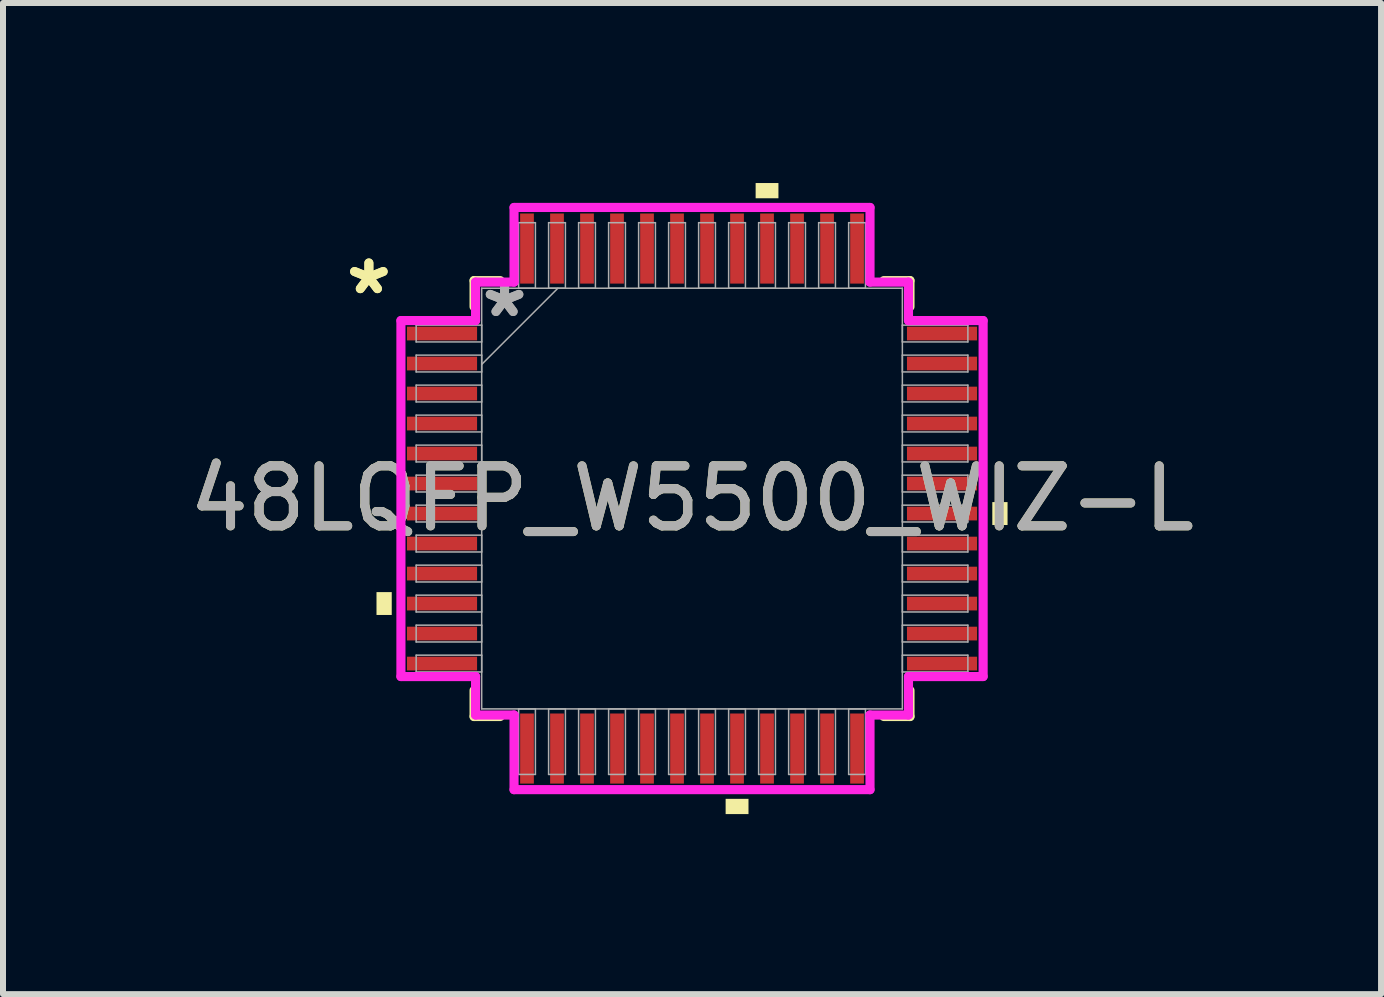
<source format=kicad_pcb>
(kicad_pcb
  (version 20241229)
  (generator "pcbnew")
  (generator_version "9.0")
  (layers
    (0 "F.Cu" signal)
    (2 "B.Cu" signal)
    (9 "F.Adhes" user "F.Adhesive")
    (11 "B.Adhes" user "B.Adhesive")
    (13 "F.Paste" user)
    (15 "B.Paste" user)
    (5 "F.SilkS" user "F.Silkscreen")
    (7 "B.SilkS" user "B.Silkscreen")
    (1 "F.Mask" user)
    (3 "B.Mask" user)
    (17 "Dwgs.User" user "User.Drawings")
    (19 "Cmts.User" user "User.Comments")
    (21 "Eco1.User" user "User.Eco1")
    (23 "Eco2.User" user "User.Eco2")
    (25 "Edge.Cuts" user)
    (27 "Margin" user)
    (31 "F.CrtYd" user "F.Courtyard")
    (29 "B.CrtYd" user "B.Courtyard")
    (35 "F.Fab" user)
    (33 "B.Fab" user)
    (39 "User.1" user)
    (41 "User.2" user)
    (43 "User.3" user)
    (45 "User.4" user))
  (footprint "48LQFP_W5500_WIZ-L"
    (layer "F.Cu")
    (at 8.482 5.258)
    (property "Reference" "48LQFP_W5500_WIZ-L" (at 0 0 0) (unlocked yes) (layer "F.SilkS") (effects (font (size 1 1) (thickness 0.15))))
    (attr smd)
    (fp_line (start -3.632 -3.632) (end -3.632 -3.197) (stroke (width 0.152) (type solid)) (layer "F.SilkS"))
    (fp_line (start -3.632 3.197) (end -3.632 3.632) (stroke (width 0.152) (type solid)) (layer "F.SilkS"))
    (fp_line (start -3.632 3.632) (end -3.197 3.632) (stroke (width 0.152) (type solid)) (layer "F.SilkS"))
    (fp_line (start -3.197 -3.632) (end -3.632 -3.632) (stroke (width 0.152) (type solid)) (layer "F.SilkS"))
    (fp_line (start 3.197 3.632) (end 3.632 3.632) (stroke (width 0.152) (type solid)) (layer "F.SilkS"))
    (fp_line (start 3.632 -3.632) (end 3.197 -3.632) (stroke (width 0.152) (type solid)) (layer "F.SilkS"))
    (fp_line (start 3.632 -3.197) (end 3.632 -3.632) (stroke (width 0.152) (type solid)) (layer "F.SilkS"))
    (fp_line (start 3.632 3.632) (end 3.632 3.197) (stroke (width 0.152) (type solid)) (layer "F.SilkS"))
    (fp_poly (pts (xy -5.258 1.559) (xy -5.258 1.94) (xy -5.004 1.94) (xy -5.004 1.559)) (stroke (width 0) (type solid)) (fill yes) (layer "F.SilkS"))
    (fp_poly (pts (xy 0.56 5.004) (xy 0.56 5.258) (xy 0.941 5.258) (xy 0.941 5.004)) (stroke (width 0) (type solid)) (fill yes) (layer "F.SilkS"))
    (fp_poly (pts (xy 1.06 -5.004) (xy 1.06 -5.258) (xy 1.44 -5.258) (xy 1.44 -5.004)) (stroke (width 0) (type solid)) (fill yes) (layer "F.SilkS"))
    (fp_poly (pts (xy 5.258 0.059) (xy 5.258 0.441) (xy 5.004 0.441) (xy 5.004 0.059)) (stroke (width 0) (type solid)) (fill yes) (layer "F.SilkS"))
    (fp_line (start -4.851 -2.966) (end -3.607 -2.966) (stroke (width 0.152) (type solid)) (layer "F.CrtYd"))
    (fp_line (start -4.851 2.966) (end -4.851 -2.966) (stroke (width 0.152) (type solid)) (layer "F.CrtYd"))
    (fp_line (start -3.607 -3.607) (end -2.966 -3.607) (stroke (width 0.152) (type solid)) (layer "F.CrtYd"))
    (fp_line (start -3.607 -2.966) (end -3.607 -3.607) (stroke (width 0.152) (type solid)) (layer "F.CrtYd"))
    (fp_line (start -3.607 2.966) (end -4.851 2.966) (stroke (width 0.152) (type solid)) (layer "F.CrtYd"))
    (fp_line (start -3.607 3.607) (end -3.607 2.966) (stroke (width 0.152) (type solid)) (layer "F.CrtYd"))
    (fp_line (start -3.607 3.607) (end -2.966 3.607) (stroke (width 0.152) (type solid)) (layer "F.CrtYd"))
    (fp_line (start -2.966 -4.851) (end 2.966 -4.851) (stroke (width 0.152) (type solid)) (layer "F.CrtYd"))
    (fp_line (start -2.966 -3.607) (end -2.966 -4.851) (stroke (width 0.152) (type solid)) (layer "F.CrtYd"))
    (fp_line (start -2.966 3.607) (end -2.966 4.851) (stroke (width 0.152) (type solid)) (layer "F.CrtYd"))
    (fp_line (start -2.966 4.851) (end 2.966 4.851) (stroke (width 0.152) (type solid)) (layer "F.CrtYd"))
    (fp_line (start 2.966 -4.851) (end 2.966 -3.607) (stroke (width 0.152) (type solid)) (layer "F.CrtYd"))
    (fp_line (start 2.966 -3.607) (end 3.607 -3.607) (stroke (width 0.152) (type solid)) (layer "F.CrtYd"))
    (fp_line (start 2.966 3.607) (end 3.607 3.607) (stroke (width 0.152) (type solid)) (layer "F.CrtYd"))
    (fp_line (start 2.966 4.851) (end 2.966 3.607) (stroke (width 0.152) (type solid)) (layer "F.CrtYd"))
    (fp_line (start 3.607 -2.966) (end 3.607 -3.607) (stroke (width 0.152) (type solid)) (layer "F.CrtYd"))
    (fp_line (start 3.607 2.966) (end 4.851 2.966) (stroke (width 0.152) (type solid)) (layer "F.CrtYd"))
    (fp_line (start 3.607 3.607) (end 3.607 2.966) (stroke (width 0.152) (type solid)) (layer "F.CrtYd"))
    (fp_line (start 4.851 -2.966) (end 3.607 -2.966) (stroke (width 0.152) (type solid)) (layer "F.CrtYd"))
    (fp_line (start 4.851 2.966) (end 4.851 -2.966) (stroke (width 0.152) (type solid)) (layer "F.CrtYd"))
    (fp_line (start -4.597 -2.89) (end -4.597 -2.61) (stroke (width 0.025) (type solid)) (layer "F.Fab"))
    (fp_line (start -4.597 -2.61) (end -3.505 -2.61) (stroke (width 0.025) (type solid)) (layer "F.Fab"))
    (fp_line (start -4.597 -2.39) (end -4.597 -2.11) (stroke (width 0.025) (type solid)) (layer "F.Fab"))
    (fp_line (start -4.597 -2.11) (end -3.505 -2.11) (stroke (width 0.025) (type solid)) (layer "F.Fab"))
    (fp_line (start -4.597 -1.89) (end -4.597 -1.61) (stroke (width 0.025) (type solid)) (layer "F.Fab"))
    (fp_line (start -4.597 -1.61) (end -3.505 -1.61) (stroke (width 0.025) (type solid)) (layer "F.Fab"))
    (fp_line (start -4.597 -1.39) (end -4.597 -1.11) (stroke (width 0.025) (type solid)) (layer "F.Fab"))
    (fp_line (start -4.597 -1.11) (end -3.505 -1.11) (stroke (width 0.025) (type solid)) (layer "F.Fab"))
    (fp_line (start -4.597 -0.89) (end -4.597 -0.61) (stroke (width 0.025) (type solid)) (layer "F.Fab"))
    (fp_line (start -4.597 -0.61) (end -3.505 -0.61) (stroke (width 0.025) (type solid)) (layer "F.Fab"))
    (fp_line (start -4.597 -0.39) (end -4.597 -0.11) (stroke (width 0.025) (type solid)) (layer "F.Fab"))
    (fp_line (start -4.597 -0.11) (end -3.505 -0.11) (stroke (width 0.025) (type solid)) (layer "F.Fab"))
    (fp_line (start -4.597 0.11) (end -4.597 0.39) (stroke (width 0.025) (type solid)) (layer "F.Fab"))
    (fp_line (start -4.597 0.39) (end -3.505 0.39) (stroke (width 0.025) (type solid)) (layer "F.Fab"))
    (fp_line (start -4.597 0.61) (end -4.597 0.89) (stroke (width 0.025) (type solid)) (layer "F.Fab"))
    (fp_line (start -4.597 0.89) (end -3.505 0.89) (stroke (width 0.025) (type solid)) (layer "F.Fab"))
    (fp_line (start -4.597 1.11) (end -4.597 1.39) (stroke (width 0.025) (type solid)) (layer "F.Fab"))
    (fp_line (start -4.597 1.39) (end -3.505 1.39) (stroke (width 0.025) (type solid)) (layer "F.Fab"))
    (fp_line (start -4.597 1.61) (end -4.597 1.89) (stroke (width 0.025) (type solid)) (layer "F.Fab"))
    (fp_line (start -4.597 1.89) (end -3.505 1.89) (stroke (width 0.025) (type solid)) (layer "F.Fab"))
    (fp_line (start -4.597 2.11) (end -4.597 2.39) (stroke (width 0.025) (type solid)) (layer "F.Fab"))
    (fp_line (start -4.597 2.39) (end -3.505 2.39) (stroke (width 0.025) (type solid)) (layer "F.Fab"))
    (fp_line (start -4.597 2.61) (end -4.597 2.89) (stroke (width 0.025) (type solid)) (layer "F.Fab"))
    (fp_line (start -4.597 2.89) (end -3.505 2.89) (stroke (width 0.025) (type solid)) (layer "F.Fab"))
    (fp_line (start -3.505 -3.505) (end -3.505 3.505) (stroke (width 0.025) (type solid)) (layer "F.Fab"))
    (fp_line (start -3.505 -2.89) (end -4.597 -2.89) (stroke (width 0.025) (type solid)) (layer "F.Fab"))
    (fp_line (start -3.505 -2.61) (end -3.505 -2.89) (stroke (width 0.025) (type solid)) (layer "F.Fab"))
    (fp_line (start -3.505 -2.39) (end -4.597 -2.39) (stroke (width 0.025) (type solid)) (layer "F.Fab"))
    (fp_line (start -3.505 -2.235) (end -2.235 -3.505) (stroke (width 0.025) (type solid)) (layer "F.Fab"))
    (fp_line (start -3.505 -2.11) (end -3.505 -2.39) (stroke (width 0.025) (type solid)) (layer "F.Fab"))
    (fp_line (start -3.505 -1.89) (end -4.597 -1.89) (stroke (width 0.025) (type solid)) (layer "F.Fab"))
    (fp_line (start -3.505 -1.61) (end -3.505 -1.89) (stroke (width 0.025) (type solid)) (layer "F.Fab"))
    (fp_line (start -3.505 -1.39) (end -4.597 -1.39) (stroke (width 0.025) (type solid)) (layer "F.Fab"))
    (fp_line (start -3.505 -1.11) (end -3.505 -1.39) (stroke (width 0.025) (type solid)) (layer "F.Fab"))
    (fp_line (start -3.505 -0.89) (end -4.597 -0.89) (stroke (width 0.025) (type solid)) (layer "F.Fab"))
    (fp_line (start -3.505 -0.61) (end -3.505 -0.89) (stroke (width 0.025) (type solid)) (layer "F.Fab"))
    (fp_line (start -3.505 -0.39) (end -4.597 -0.39) (stroke (width 0.025) (type solid)) (layer "F.Fab"))
    (fp_line (start -3.505 -0.11) (end -3.505 -0.39) (stroke (width 0.025) (type solid)) (layer "F.Fab"))
    (fp_line (start -3.505 0.11) (end -4.597 0.11) (stroke (width 0.025) (type solid)) (layer "F.Fab"))
    (fp_line (start -3.505 0.39) (end -3.505 0.11) (stroke (width 0.025) (type solid)) (layer "F.Fab"))
    (fp_line (start -3.505 0.61) (end -4.597 0.61) (stroke (width 0.025) (type solid)) (layer "F.Fab"))
    (fp_line (start -3.505 0.89) (end -3.505 0.61) (stroke (width 0.025) (type solid)) (layer "F.Fab"))
    (fp_line (start -3.505 1.11) (end -4.597 1.11) (stroke (width 0.025) (type solid)) (layer "F.Fab"))
    (fp_line (start -3.505 1.39) (end -3.505 1.11) (stroke (width 0.025) (type solid)) (layer "F.Fab"))
    (fp_line (start -3.505 1.61) (end -4.597 1.61) (stroke (width 0.025) (type solid)) (layer "F.Fab"))
    (fp_line (start -3.505 1.89) (end -3.505 1.61) (stroke (width 0.025) (type solid)) (layer "F.Fab"))
    (fp_line (start -3.505 2.11) (end -4.597 2.11) (stroke (width 0.025) (type solid)) (layer "F.Fab"))
    (fp_line (start -3.505 2.39) (end -3.505 2.11) (stroke (width 0.025) (type solid)) (layer "F.Fab"))
    (fp_line (start -3.505 2.61) (end -4.597 2.61) (stroke (width 0.025) (type solid)) (layer "F.Fab"))
    (fp_line (start -3.505 2.89) (end -3.505 2.61) (stroke (width 0.025) (type solid)) (layer "F.Fab"))
    (fp_line (start -3.505 3.505) (end 3.505 3.505) (stroke (width 0.025) (type solid)) (layer "F.Fab"))
    (fp_line (start -2.89 -4.597) (end -2.89 -3.505) (stroke (width 0.025) (type solid)) (layer "F.Fab"))
    (fp_line (start -2.89 -3.505) (end -2.61 -3.505) (stroke (width 0.025) (type solid)) (layer "F.Fab"))
    (fp_line (start -2.89 3.505) (end -2.89 4.597) (stroke (width 0.025) (type solid)) (layer "F.Fab"))
    (fp_line (start -2.89 4.597) (end -2.61 4.597) (stroke (width 0.025) (type solid)) (layer "F.Fab"))
    (fp_line (start -2.61 -4.597) (end -2.89 -4.597) (stroke (width 0.025) (type solid)) (layer "F.Fab"))
    (fp_line (start -2.61 -3.505) (end -2.61 -4.597) (stroke (width 0.025) (type solid)) (layer "F.Fab"))
    (fp_line (start -2.61 3.505) (end -2.89 3.505) (stroke (width 0.025) (type solid)) (layer "F.Fab"))
    (fp_line (start -2.61 4.597) (end -2.61 3.505) (stroke (width 0.025) (type solid)) (layer "F.Fab"))
    (fp_line (start -2.39 -4.597) (end -2.39 -3.505) (stroke (width 0.025) (type solid)) (layer "F.Fab"))
    (fp_line (start -2.39 -3.505) (end -2.11 -3.505) (stroke (width 0.025) (type solid)) (layer "F.Fab"))
    (fp_line (start -2.39 3.505) (end -2.39 4.597) (stroke (width 0.025) (type solid)) (layer "F.Fab"))
    (fp_line (start -2.39 4.597) (end -2.11 4.597) (stroke (width 0.025) (type solid)) (layer "F.Fab"))
    (fp_line (start -2.11 -4.597) (end -2.39 -4.597) (stroke (width 0.025) (type solid)) (layer "F.Fab"))
    (fp_line (start -2.11 -3.505) (end -2.11 -4.597) (stroke (width 0.025) (type solid)) (layer "F.Fab"))
    (fp_line (start -2.11 3.505) (end -2.39 3.505) (stroke (width 0.025) (type solid)) (layer "F.Fab"))
    (fp_line (start -2.11 4.597) (end -2.11 3.505) (stroke (width 0.025) (type solid)) (layer "F.Fab"))
    (fp_line (start -1.89 -4.597) (end -1.89 -3.505) (stroke (width 0.025) (type solid)) (layer "F.Fab"))
    (fp_line (start -1.89 -3.505) (end -1.61 -3.505) (stroke (width 0.025) (type solid)) (layer "F.Fab"))
    (fp_line (start -1.89 3.505) (end -1.89 4.597) (stroke (width 0.025) (type solid)) (layer "F.Fab"))
    (fp_line (start -1.89 4.597) (end -1.61 4.597) (stroke (width 0.025) (type solid)) (layer "F.Fab"))
    (fp_line (start -1.61 -4.597) (end -1.89 -4.597) (stroke (width 0.025) (type solid)) (layer "F.Fab"))
    (fp_line (start -1.61 -3.505) (end -1.61 -4.597) (stroke (width 0.025) (type solid)) (layer "F.Fab"))
    (fp_line (start -1.61 3.505) (end -1.89 3.505) (stroke (width 0.025) (type solid)) (layer "F.Fab"))
    (fp_line (start -1.61 4.597) (end -1.61 3.505) (stroke (width 0.025) (type solid)) (layer "F.Fab"))
    (fp_line (start -1.39 -4.597) (end -1.39 -3.505) (stroke (width 0.025) (type solid)) (layer "F.Fab"))
    (fp_line (start -1.39 -3.505) (end -1.11 -3.505) (stroke (width 0.025) (type solid)) (layer "F.Fab"))
    (fp_line (start -1.39 3.505) (end -1.39 4.597) (stroke (width 0.025) (type solid)) (layer "F.Fab"))
    (fp_line (start -1.39 4.597) (end -1.11 4.597) (stroke (width 0.025) (type solid)) (layer "F.Fab"))
    (fp_line (start -1.11 -4.597) (end -1.39 -4.597) (stroke (width 0.025) (type solid)) (layer "F.Fab"))
    (fp_line (start -1.11 -3.505) (end -1.11 -4.597) (stroke (width 0.025) (type solid)) (layer "F.Fab"))
    (fp_line (start -1.11 3.505) (end -1.39 3.505) (stroke (width 0.025) (type solid)) (layer "F.Fab"))
    (fp_line (start -1.11 4.597) (end -1.11 3.505) (stroke (width 0.025) (type solid)) (layer "F.Fab"))
    (fp_line (start -0.89 -4.597) (end -0.89 -3.505) (stroke (width 0.025) (type solid)) (layer "F.Fab"))
    (fp_line (start -0.89 -3.505) (end -0.61 -3.505) (stroke (width 0.025) (type solid)) (layer "F.Fab"))
    (fp_line (start -0.89 3.505) (end -0.89 4.597) (stroke (width 0.025) (type solid)) (layer "F.Fab"))
    (fp_line (start -0.89 4.597) (end -0.61 4.597) (stroke (width 0.025) (type solid)) (layer "F.Fab"))
    (fp_line (start -0.61 -4.597) (end -0.89 -4.597) (stroke (width 0.025) (type solid)) (layer "F.Fab"))
    (fp_line (start -0.61 -3.505) (end -0.61 -4.597) (stroke (width 0.025) (type solid)) (layer "F.Fab"))
    (fp_line (start -0.61 3.505) (end -0.89 3.505) (stroke (width 0.025) (type solid)) (layer "F.Fab"))
    (fp_line (start -0.61 4.597) (end -0.61 3.505) (stroke (width 0.025) (type solid)) (layer "F.Fab"))
    (fp_line (start -0.39 -4.597) (end -0.39 -3.505) (stroke (width 0.025) (type solid)) (layer "F.Fab"))
    (fp_line (start -0.39 -3.505) (end -0.11 -3.505) (stroke (width 0.025) (type solid)) (layer "F.Fab"))
    (fp_line (start -0.39 3.505) (end -0.39 4.597) (stroke (width 0.025) (type solid)) (layer "F.Fab"))
    (fp_line (start -0.39 4.597) (end -0.11 4.597) (stroke (width 0.025) (type solid)) (layer "F.Fab"))
    (fp_line (start -0.11 -4.597) (end -0.39 -4.597) (stroke (width 0.025) (type solid)) (layer "F.Fab"))
    (fp_line (start -0.11 -3.505) (end -0.11 -4.597) (stroke (width 0.025) (type solid)) (layer "F.Fab"))
    (fp_line (start -0.11 3.505) (end -0.39 3.505) (stroke (width 0.025) (type solid)) (layer "F.Fab"))
    (fp_line (start -0.11 4.597) (end -0.11 3.505) (stroke (width 0.025) (type solid)) (layer "F.Fab"))
    (fp_line (start 0.11 -4.597) (end 0.11 -3.505) (stroke (width 0.025) (type solid)) (layer "F.Fab"))
    (fp_line (start 0.11 -3.505) (end 0.39 -3.505) (stroke (width 0.025) (type solid)) (layer "F.Fab"))
    (fp_line (start 0.11 3.505) (end 0.11 4.597) (stroke (width 0.025) (type solid)) (layer "F.Fab"))
    (fp_line (start 0.11 4.597) (end 0.39 4.597) (stroke (width 0.025) (type solid)) (layer "F.Fab"))
    (fp_line (start 0.39 -4.597) (end 0.11 -4.597) (stroke (width 0.025) (type solid)) (layer "F.Fab"))
    (fp_line (start 0.39 -3.505) (end 0.39 -4.597) (stroke (width 0.025) (type solid)) (layer "F.Fab"))
    (fp_line (start 0.39 3.505) (end 0.11 3.505) (stroke (width 0.025) (type solid)) (layer "F.Fab"))
    (fp_line (start 0.39 4.597) (end 0.39 3.505) (stroke (width 0.025) (type solid)) (layer "F.Fab"))
    (fp_line (start 0.61 -4.597) (end 0.61 -3.505) (stroke (width 0.025) (type solid)) (layer "F.Fab"))
    (fp_line (start 0.61 -3.505) (end 0.89 -3.505) (stroke (width 0.025) (type solid)) (layer "F.Fab"))
    (fp_line (start 0.61 3.505) (end 0.61 4.597) (stroke (width 0.025) (type solid)) (layer "F.Fab"))
    (fp_line (start 0.61 4.597) (end 0.89 4.597) (stroke (width 0.025) (type solid)) (layer "F.Fab"))
    (fp_line (start 0.89 -4.597) (end 0.61 -4.597) (stroke (width 0.025) (type solid)) (layer "F.Fab"))
    (fp_line (start 0.89 -3.505) (end 0.89 -4.597) (stroke (width 0.025) (type solid)) (layer "F.Fab"))
    (fp_line (start 0.89 3.505) (end 0.61 3.505) (stroke (width 0.025) (type solid)) (layer "F.Fab"))
    (fp_line (start 0.89 4.597) (end 0.89 3.505) (stroke (width 0.025) (type solid)) (layer "F.Fab"))
    (fp_line (start 1.11 -4.597) (end 1.11 -3.505) (stroke (width 0.025) (type solid)) (layer "F.Fab"))
    (fp_line (start 1.11 -3.505) (end 1.39 -3.505) (stroke (width 0.025) (type solid)) (layer "F.Fab"))
    (fp_line (start 1.11 3.505) (end 1.11 4.597) (stroke (width 0.025) (type solid)) (layer "F.Fab"))
    (fp_line (start 1.11 4.597) (end 1.39 4.597) (stroke (width 0.025) (type solid)) (layer "F.Fab"))
    (fp_line (start 1.39 -4.597) (end 1.11 -4.597) (stroke (width 0.025) (type solid)) (layer "F.Fab"))
    (fp_line (start 1.39 -3.505) (end 1.39 -4.597) (stroke (width 0.025) (type solid)) (layer "F.Fab"))
    (fp_line (start 1.39 3.505) (end 1.11 3.505) (stroke (width 0.025) (type solid)) (layer "F.Fab"))
    (fp_line (start 1.39 4.597) (end 1.39 3.505) (stroke (width 0.025) (type solid)) (layer "F.Fab"))
    (fp_line (start 1.61 -4.597) (end 1.61 -3.505) (stroke (width 0.025) (type solid)) (layer "F.Fab"))
    (fp_line (start 1.61 -3.505) (end 1.89 -3.505) (stroke (width 0.025) (type solid)) (layer "F.Fab"))
    (fp_line (start 1.61 3.505) (end 1.61 4.597) (stroke (width 0.025) (type solid)) (layer "F.Fab"))
    (fp_line (start 1.61 4.597) (end 1.89 4.597) (stroke (width 0.025) (type solid)) (layer "F.Fab"))
    (fp_line (start 1.89 -4.597) (end 1.61 -4.597) (stroke (width 0.025) (type solid)) (layer "F.Fab"))
    (fp_line (start 1.89 -3.505) (end 1.89 -4.597) (stroke (width 0.025) (type solid)) (layer "F.Fab"))
    (fp_line (start 1.89 3.505) (end 1.61 3.505) (stroke (width 0.025) (type solid)) (layer "F.Fab"))
    (fp_line (start 1.89 4.597) (end 1.89 3.505) (stroke (width 0.025) (type solid)) (layer "F.Fab"))
    (fp_line (start 2.11 -4.597) (end 2.11 -3.505) (stroke (width 0.025) (type solid)) (layer "F.Fab"))
    (fp_line (start 2.11 -3.505) (end 2.39 -3.505) (stroke (width 0.025) (type solid)) (layer "F.Fab"))
    (fp_line (start 2.11 3.505) (end 2.11 4.597) (stroke (width 0.025) (type solid)) (layer "F.Fab"))
    (fp_line (start 2.11 4.597) (end 2.39 4.597) (stroke (width 0.025) (type solid)) (layer "F.Fab"))
    (fp_line (start 2.39 -4.597) (end 2.11 -4.597) (stroke (width 0.025) (type solid)) (layer "F.Fab"))
    (fp_line (start 2.39 -3.505) (end 2.39 -4.597) (stroke (width 0.025) (type solid)) (layer "F.Fab"))
    (fp_line (start 2.39 3.505) (end 2.11 3.505) (stroke (width 0.025) (type solid)) (layer "F.Fab"))
    (fp_line (start 2.39 4.597) (end 2.39 3.505) (stroke (width 0.025) (type solid)) (layer "F.Fab"))
    (fp_line (start 2.61 -4.597) (end 2.61 -3.505) (stroke (width 0.025) (type solid)) (layer "F.Fab"))
    (fp_line (start 2.61 -3.505) (end 2.89 -3.505) (stroke (width 0.025) (type solid)) (layer "F.Fab"))
    (fp_line (start 2.61 3.505) (end 2.61 4.597) (stroke (width 0.025) (type solid)) (layer "F.Fab"))
    (fp_line (start 2.61 4.597) (end 2.89 4.597) (stroke (width 0.025) (type solid)) (layer "F.Fab"))
    (fp_line (start 2.89 -4.597) (end 2.61 -4.597) (stroke (width 0.025) (type solid)) (layer "F.Fab"))
    (fp_line (start 2.89 -3.505) (end 2.89 -4.597) (stroke (width 0.025) (type solid)) (layer "F.Fab"))
    (fp_line (start 2.89 3.505) (end 2.61 3.505) (stroke (width 0.025) (type solid)) (layer "F.Fab"))
    (fp_line (start 2.89 4.597) (end 2.89 3.505) (stroke (width 0.025) (type solid)) (layer "F.Fab"))
    (fp_line (start 3.505 -3.505) (end -3.505 -3.505) (stroke (width 0.025) (type solid)) (layer "F.Fab"))
    (fp_line (start 3.505 -2.89) (end 3.505 -2.61) (stroke (width 0.025) (type solid)) (layer "F.Fab"))
    (fp_line (start 3.505 -2.61) (end 4.597 -2.61) (stroke (width 0.025) (type solid)) (layer "F.Fab"))
    (fp_line (start 3.505 -2.39) (end 3.505 -2.11) (stroke (width 0.025) (type solid)) (layer "F.Fab"))
    (fp_line (start 3.505 -2.11) (end 4.597 -2.11) (stroke (width 0.025) (type solid)) (layer "F.Fab"))
    (fp_line (start 3.505 -1.89) (end 3.505 -1.61) (stroke (width 0.025) (type solid)) (layer "F.Fab"))
    (fp_line (start 3.505 -1.61) (end 4.597 -1.61) (stroke (width 0.025) (type solid)) (layer "F.Fab"))
    (fp_line (start 3.505 -1.39) (end 3.505 -1.11) (stroke (width 0.025) (type solid)) (layer "F.Fab"))
    (fp_line (start 3.505 -1.11) (end 4.597 -1.11) (stroke (width 0.025) (type solid)) (layer "F.Fab"))
    (fp_line (start 3.505 -0.89) (end 3.505 -0.61) (stroke (width 0.025) (type solid)) (layer "F.Fab"))
    (fp_line (start 3.505 -0.61) (end 4.597 -0.61) (stroke (width 0.025) (type solid)) (layer "F.Fab"))
    (fp_line (start 3.505 -0.39) (end 3.505 -0.11) (stroke (width 0.025) (type solid)) (layer "F.Fab"))
    (fp_line (start 3.505 -0.11) (end 4.597 -0.11) (stroke (width 0.025) (type solid)) (layer "F.Fab"))
    (fp_line (start 3.505 0.11) (end 3.505 0.39) (stroke (width 0.025) (type solid)) (layer "F.Fab"))
    (fp_line (start 3.505 0.39) (end 4.597 0.39) (stroke (width 0.025) (type solid)) (layer "F.Fab"))
    (fp_line (start 3.505 0.61) (end 3.505 0.89) (stroke (width 0.025) (type solid)) (layer "F.Fab"))
    (fp_line (start 3.505 0.89) (end 4.597 0.89) (stroke (width 0.025) (type solid)) (layer "F.Fab"))
    (fp_line (start 3.505 1.11) (end 3.505 1.39) (stroke (width 0.025) (type solid)) (layer "F.Fab"))
    (fp_line (start 3.505 1.39) (end 4.597 1.39) (stroke (width 0.025) (type solid)) (layer "F.Fab"))
    (fp_line (start 3.505 1.61) (end 3.505 1.89) (stroke (width 0.025) (type solid)) (layer "F.Fab"))
    (fp_line (start 3.505 1.89) (end 4.597 1.89) (stroke (width 0.025) (type solid)) (layer "F.Fab"))
    (fp_line (start 3.505 2.11) (end 3.505 2.39) (stroke (width 0.025) (type solid)) (layer "F.Fab"))
    (fp_line (start 3.505 2.39) (end 4.597 2.39) (stroke (width 0.025) (type solid)) (layer "F.Fab"))
    (fp_line (start 3.505 2.61) (end 3.505 2.89) (stroke (width 0.025) (type solid)) (layer "F.Fab"))
    (fp_line (start 3.505 2.89) (end 4.597 2.89) (stroke (width 0.025) (type solid)) (layer "F.Fab"))
    (fp_line (start 3.505 3.505) (end 3.505 -3.505) (stroke (width 0.025) (type solid)) (layer "F.Fab"))
    (fp_line (start 4.597 -2.89) (end 3.505 -2.89) (stroke (width 0.025) (type solid)) (layer "F.Fab"))
    (fp_line (start 4.597 -2.61) (end 4.597 -2.89) (stroke (width 0.025) (type solid)) (layer "F.Fab"))
    (fp_line (start 4.597 -2.39) (end 3.505 -2.39) (stroke (width 0.025) (type solid)) (layer "F.Fab"))
    (fp_line (start 4.597 -2.11) (end 4.597 -2.39) (stroke (width 0.025) (type solid)) (layer "F.Fab"))
    (fp_line (start 4.597 -1.89) (end 3.505 -1.89) (stroke (width 0.025) (type solid)) (layer "F.Fab"))
    (fp_line (start 4.597 -1.61) (end 4.597 -1.89) (stroke (width 0.025) (type solid)) (layer "F.Fab"))
    (fp_line (start 4.597 -1.39) (end 3.505 -1.39) (stroke (width 0.025) (type solid)) (layer "F.Fab"))
    (fp_line (start 4.597 -1.11) (end 4.597 -1.39) (stroke (width 0.025) (type solid)) (layer "F.Fab"))
    (fp_line (start 4.597 -0.89) (end 3.505 -0.89) (stroke (width 0.025) (type solid)) (layer "F.Fab"))
    (fp_line (start 4.597 -0.61) (end 4.597 -0.89) (stroke (width 0.025) (type solid)) (layer "F.Fab"))
    (fp_line (start 4.597 -0.39) (end 3.505 -0.39) (stroke (width 0.025) (type solid)) (layer "F.Fab"))
    (fp_line (start 4.597 -0.11) (end 4.597 -0.39) (stroke (width 0.025) (type solid)) (layer "F.Fab"))
    (fp_line (start 4.597 0.11) (end 3.505 0.11) (stroke (width 0.025) (type solid)) (layer "F.Fab"))
    (fp_line (start 4.597 0.39) (end 4.597 0.11) (stroke (width 0.025) (type solid)) (layer "F.Fab"))
    (fp_line (start 4.597 0.61) (end 3.505 0.61) (stroke (width 0.025) (type solid)) (layer "F.Fab"))
    (fp_line (start 4.597 0.89) (end 4.597 0.61) (stroke (width 0.025) (type solid)) (layer "F.Fab"))
    (fp_line (start 4.597 1.11) (end 3.505 1.11) (stroke (width 0.025) (type solid)) (layer "F.Fab"))
    (fp_line (start 4.597 1.39) (end 4.597 1.11) (stroke (width 0.025) (type solid)) (layer "F.Fab"))
    (fp_line (start 4.597 1.61) (end 3.505 1.61) (stroke (width 0.025) (type solid)) (layer "F.Fab"))
    (fp_line (start 4.597 1.89) (end 4.597 1.61) (stroke (width 0.025) (type solid)) (layer "F.Fab"))
    (fp_line (start 4.597 2.11) (end 3.505 2.11) (stroke (width 0.025) (type solid)) (layer "F.Fab"))
    (fp_line (start 4.597 2.39) (end 4.597 2.11) (stroke (width 0.025) (type solid)) (layer "F.Fab"))
    (fp_line (start 4.597 2.61) (end 3.505 2.61) (stroke (width 0.025) (type solid)) (layer "F.Fab"))
    (fp_line (start 4.597 2.89) (end 4.597 2.61) (stroke (width 0.025) (type solid)) (layer "F.Fab"))
    (fp_text user "*" (at -5.385 -3.381 0) (unlocked yes) (layer "F.SilkS") (effects (font (size 1 1) (thickness 0.15))))
    (fp_text user "*" (at -5.385 -3.381 0) (layer "F.SilkS") (effects (font (size 1 1) (thickness 0.15))))
    (fp_text user "*" (at -3.124 -3 0) (layer "F.Fab") (effects (font (size 1 1) (thickness 0.15))))
    (fp_text user "*" (at -3.124 -3 0) (unlocked yes) (layer "F.Fab") (effects (font (size 1 1) (thickness 0.15))))
    (fp_text user "${REFERENCE}" (at 0 0 0) (unlocked yes) (layer "F.Fab") (effects (font (size 1 1) (thickness 0.15))))
    (pad "1" smd rect (at -4.166 -2.75 90) (size 0.229 1.168) (layers "F.Cu" "F.Mask" "F.Paste"))
    (pad "2" smd rect (at -4.166 -2.25 90) (size 0.229 1.168) (layers "F.Cu" "F.Mask" "F.Paste"))
    (pad "3" smd rect (at -4.166 -1.75 90) (size 0.229 1.168) (layers "F.Cu" "F.Mask" "F.Paste"))
    (pad "4" smd rect (at -4.166 -1.25 90) (size 0.229 1.168) (layers "F.Cu" "F.Mask" "F.Paste"))
    (pad "5" smd rect (at -4.166 -0.75 90) (size 0.229 1.168) (layers "F.Cu" "F.Mask" "F.Paste"))
    (pad "6" smd rect (at -4.166 -0.25 90) (size 0.229 1.168) (layers "F.Cu" "F.Mask" "F.Paste"))
    (pad "7" smd rect (at -4.166 0.25 90) (size 0.229 1.168) (layers "F.Cu" "F.Mask" "F.Paste"))
    (pad "8" smd rect (at -4.166 0.75 90) (size 0.229 1.168) (layers "F.Cu" "F.Mask" "F.Paste"))
    (pad "9" smd rect (at -4.166 1.25 90) (size 0.229 1.168) (layers "F.Cu" "F.Mask" "F.Paste"))
    (pad "10" smd rect (at -4.166 1.75 90) (size 0.229 1.168) (layers "F.Cu" "F.Mask" "F.Paste"))
    (pad "11" smd rect (at -4.166 2.25 90) (size 0.229 1.168) (layers "F.Cu" "F.Mask" "F.Paste"))
    (pad "12" smd rect (at -4.166 2.75 90) (size 0.229 1.168) (layers "F.Cu" "F.Mask" "F.Paste"))
    (pad "13" smd rect (at -2.75 4.166) (size 0.229 1.168) (layers "F.Cu" "F.Mask" "F.Paste"))
    (pad "14" smd rect (at -2.25 4.166) (size 0.229 1.168) (layers "F.Cu" "F.Mask" "F.Paste"))
    (pad "15" smd rect (at -1.75 4.166) (size 0.229 1.168) (layers "F.Cu" "F.Mask" "F.Paste"))
    (pad "16" smd rect (at -1.25 4.166) (size 0.229 1.168) (layers "F.Cu" "F.Mask" "F.Paste"))
    (pad "17" smd rect (at -0.75 4.166) (size 0.229 1.168) (layers "F.Cu" "F.Mask" "F.Paste"))
    (pad "18" smd rect (at -0.25 4.166) (size 0.229 1.168) (layers "F.Cu" "F.Mask" "F.Paste"))
    (pad "19" smd rect (at 0.25 4.166) (size 0.229 1.168) (layers "F.Cu" "F.Mask" "F.Paste"))
    (pad "20" smd rect (at 0.75 4.166) (size 0.229 1.168) (layers "F.Cu" "F.Mask" "F.Paste"))
    (pad "21" smd rect (at 1.25 4.166) (size 0.229 1.168) (layers "F.Cu" "F.Mask" "F.Paste"))
    (pad "22" smd rect (at 1.75 4.166) (size 0.229 1.168) (layers "F.Cu" "F.Mask" "F.Paste"))
    (pad "23" smd rect (at 2.25 4.166) (size 0.229 1.168) (layers "F.Cu" "F.Mask" "F.Paste"))
    (pad "24" smd rect (at 2.75 4.166) (size 0.229 1.168) (layers "F.Cu" "F.Mask" "F.Paste"))
    (pad "25" smd rect (at 4.166 2.75 90) (size 0.229 1.168) (layers "F.Cu" "F.Mask" "F.Paste"))
    (pad "26" smd rect (at 4.166 2.25 90) (size 0.229 1.168) (layers "F.Cu" "F.Mask" "F.Paste"))
    (pad "27" smd rect (at 4.166 1.75 90) (size 0.229 1.168) (layers "F.Cu" "F.Mask" "F.Paste"))
    (pad "28" smd rect (at 4.166 1.25 90) (size 0.229 1.168) (layers "F.Cu" "F.Mask" "F.Paste"))
    (pad "29" smd rect (at 4.166 0.75 90) (size 0.229 1.168) (layers "F.Cu" "F.Mask" "F.Paste"))
    (pad "30" smd rect (at 4.166 0.25 90) (size 0.229 1.168) (layers "F.Cu" "F.Mask" "F.Paste"))
    (pad "31" smd rect (at 4.166 -0.25 90) (size 0.229 1.168) (layers "F.Cu" "F.Mask" "F.Paste"))
    (pad "32" smd rect (at 4.166 -0.75 90) (size 0.229 1.168) (layers "F.Cu" "F.Mask" "F.Paste"))
    (pad "33" smd rect (at 4.166 -1.25 90) (size 0.229 1.168) (layers "F.Cu" "F.Mask" "F.Paste"))
    (pad "34" smd rect (at 4.166 -1.75 90) (size 0.229 1.168) (layers "F.Cu" "F.Mask" "F.Paste"))
    (pad "35" smd rect (at 4.166 -2.25 90) (size 0.229 1.168) (layers "F.Cu" "F.Mask" "F.Paste"))
    (pad "36" smd rect (at 4.166 -2.75 90) (size 0.229 1.168) (layers "F.Cu" "F.Mask" "F.Paste"))
    (pad "37" smd rect (at 2.75 -4.166) (size 0.229 1.168) (layers "F.Cu" "F.Mask" "F.Paste"))
    (pad "38" smd rect (at 2.25 -4.166) (size 0.229 1.168) (layers "F.Cu" "F.Mask" "F.Paste"))
    (pad "39" smd rect (at 1.75 -4.166) (size 0.229 1.168) (layers "F.Cu" "F.Mask" "F.Paste"))
    (pad "40" smd rect (at 1.25 -4.166) (size 0.229 1.168) (layers "F.Cu" "F.Mask" "F.Paste"))
    (pad "41" smd rect (at 0.75 -4.166) (size 0.229 1.168) (layers "F.Cu" "F.Mask" "F.Paste"))
    (pad "42" smd rect (at 0.25 -4.166) (size 0.229 1.168) (layers "F.Cu" "F.Mask" "F.Paste"))
    (pad "43" smd rect (at -0.25 -4.166) (size 0.229 1.168) (layers "F.Cu" "F.Mask" "F.Paste"))
    (pad "44" smd rect (at -0.75 -4.166) (size 0.229 1.168) (layers "F.Cu" "F.Mask" "F.Paste"))
    (pad "45" smd rect (at -1.25 -4.166) (size 0.229 1.168) (layers "F.Cu" "F.Mask" "F.Paste"))
    (pad "46" smd rect (at -1.75 -4.166) (size 0.229 1.168) (layers "F.Cu" "F.Mask" "F.Paste"))
    (pad "47" smd rect (at -2.25 -4.166) (size 0.229 1.168) (layers "F.Cu" "F.Mask" "F.Paste"))
    (pad "48" smd rect (at -2.75 -4.166) (size 0.229 1.168) (layers "F.Cu" "F.Mask" "F.Paste")))
  (gr_rect
    (start -3 -3)
    (end 19.964 13.516)
    (stroke (width 0.1) (type default))
    (fill no)
    (layer "Edge.Cuts")))
</source>
